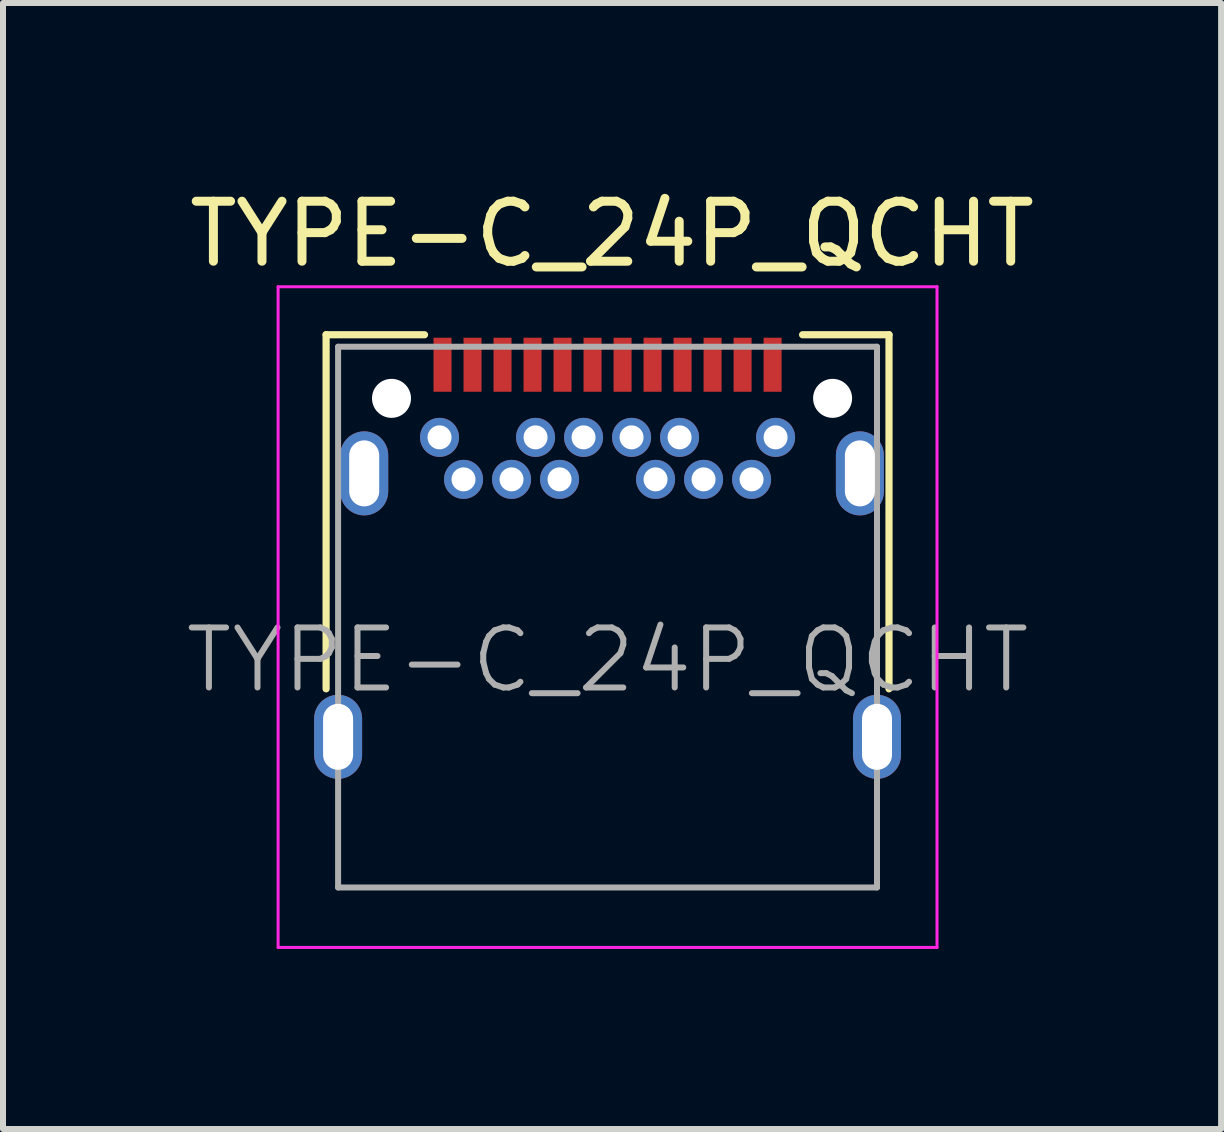
<source format=kicad_pcb>
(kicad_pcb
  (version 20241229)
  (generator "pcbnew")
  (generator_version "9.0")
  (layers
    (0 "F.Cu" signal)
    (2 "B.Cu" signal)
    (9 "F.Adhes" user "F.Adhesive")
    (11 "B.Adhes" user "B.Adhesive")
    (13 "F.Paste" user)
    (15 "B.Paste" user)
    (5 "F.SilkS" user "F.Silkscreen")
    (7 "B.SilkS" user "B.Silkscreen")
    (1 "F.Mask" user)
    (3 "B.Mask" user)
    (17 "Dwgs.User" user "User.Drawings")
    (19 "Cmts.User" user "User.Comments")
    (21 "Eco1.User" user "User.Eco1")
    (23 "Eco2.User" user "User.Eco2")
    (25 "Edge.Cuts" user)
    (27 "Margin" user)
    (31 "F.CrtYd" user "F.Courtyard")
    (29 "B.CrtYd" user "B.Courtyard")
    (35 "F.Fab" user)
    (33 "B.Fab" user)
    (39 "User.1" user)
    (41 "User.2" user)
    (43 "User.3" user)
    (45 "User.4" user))
  (footprint "TYPE-C_24P_QCHT"
    (layer "F.Cu")
    (at 7.074 11.048)
    (property "Reference" "TYPE-C_24P_QCHT" (at 0.075 -10.2 180) (layer "F.SilkS") (effects (font (size 1 1) (thickness 0.15))))
    (attr smd)
    (fp_line (start -4.69 -8.52) (end -4.69 -2.62) (stroke (width 0.12) (type solid)) (layer "F.SilkS"))
    (fp_line (start -4.69 -8.52) (end -3.05 -8.52) (stroke (width 0.12) (type solid)) (layer "F.SilkS"))
    (fp_line (start 3.25 -8.52) (end 4.69 -8.52) (stroke (width 0.12) (type solid)) (layer "F.SilkS"))
    (fp_line (start 4.69 -8.52) (end 4.69 -2.62) (stroke (width 0.12) (type solid)) (layer "F.SilkS"))
    (fp_line (start -5.49 -9.32) (end 5.49 -9.32) (stroke (width 0.05) (type solid)) (layer "F.CrtYd"))
    (fp_line (start -5.49 1.69) (end -5.49 -9.32) (stroke (width 0.05) (type solid)) (layer "F.CrtYd"))
    (fp_line (start 5.49 -9.32) (end 5.49 1.69) (stroke (width 0.05) (type solid)) (layer "F.CrtYd"))
    (fp_line (start 5.49 1.69) (end -5.49 1.69) (stroke (width 0.05) (type solid)) (layer "F.CrtYd"))
    (fp_line (start -4.49 -8.32) (end 4.49 -8.32) (stroke (width 0.1) (type solid)) (layer "F.Fab"))
    (fp_line (start -4.49 0.69) (end -4.49 -8.32) (stroke (width 0.1) (type solid)) (layer "F.Fab"))
    (fp_line (start -4.49 0.69) (end 4.49 0.69) (stroke (width 0.1) (type solid)) (layer "F.Fab"))
    (fp_line (start 4.49 0.69) (end 4.49 -8.32) (stroke (width 0.1) (type solid)) (layer "F.Fab"))
    (fp_text user "${REFERENCE}" (at 0 -3.1 180) (layer "F.Fab") (effects (font (size 1 1) (thickness 0.1))))
    (pad "" np_thru_hole circle (at -3.6 -7.46) (size 0.65 0.65) (drill 0.65) (layers "*.Cu" "*.Mask"))
    (pad "" np_thru_hole circle (at 3.75 -7.46) (size 0.65 0.65) (drill 0.65) (layers "*.Cu" "*.Mask"))
    (pad "A1" smd rect (at -2.75 -8.02) (size 0.3 0.9) (layers "F.Cu" "F.Mask" "F.Paste"))
    (pad "A2" smd rect (at -2.25 -8.02) (size 0.3 0.9) (layers "F.Cu" "F.Mask" "F.Paste"))
    (pad "A3" smd rect (at -1.75 -8.02) (size 0.3 0.9) (layers "F.Cu" "F.Mask" "F.Paste"))
    (pad "A4" smd rect (at -1.25 -8.02) (size 0.3 0.9) (layers "F.Cu" "F.Mask" "F.Paste"))
    (pad "A5" smd rect (at -0.75 -8.02) (size 0.3 0.9) (layers "F.Cu" "F.Mask" "F.Paste"))
    (pad "A6" smd rect (at -0.25 -8.02) (size 0.3 0.9) (layers "F.Cu" "F.Mask" "F.Paste"))
    (pad "A7" smd rect (at 0.25 -8.02) (size 0.3 0.9) (layers "F.Cu" "F.Mask" "F.Paste"))
    (pad "A8" smd rect (at 0.75 -8.02) (size 0.3 0.9) (layers "F.Cu" "F.Mask" "F.Paste"))
    (pad "A9" smd rect (at 1.25 -8.02) (size 0.3 0.9) (layers "F.Cu" "F.Mask" "F.Paste"))
    (pad "A10" smd rect (at 1.75 -8.02) (size 0.3 0.9) (layers "F.Cu" "F.Mask" "F.Paste"))
    (pad "A11" smd rect (at 2.25 -8.02) (size 0.3 0.9) (layers "F.Cu" "F.Mask" "F.Paste"))
    (pad "A12" smd rect (at 2.75 -8.02) (size 0.3 0.9) (layers "F.Cu" "F.Mask" "F.Paste"))
    (pad "B1" thru_hole circle (at 2.8 -6.81) (size 0.65 0.65) (drill 0.4) (layers "*.Cu" "*.Mask"))
    (pad "B2" thru_hole circle (at 2.4 -6.11) (size 0.65 0.65) (drill 0.4) (layers "*.Cu" "*.Mask"))
    (pad "B3" thru_hole circle (at 1.6 -6.11) (size 0.65 0.65) (drill 0.4) (layers "*.Cu" "*.Mask"))
    (pad "B4" thru_hole circle (at 1.2 -6.81) (size 0.65 0.65) (drill 0.4) (layers "*.Cu" "*.Mask"))
    (pad "B5" thru_hole circle (at 0.8 -6.11) (size 0.65 0.65) (drill 0.4) (layers "*.Cu" "*.Mask"))
    (pad "B6" thru_hole circle (at 0.4 -6.81) (size 0.65 0.65) (drill 0.4) (layers "*.Cu" "*.Mask"))
    (pad "B7" thru_hole circle (at -0.4 -6.81) (size 0.65 0.65) (drill 0.4) (layers "*.Cu" "*.Mask"))
    (pad "B8" thru_hole circle (at -0.8 -6.11) (size 0.65 0.65) (drill 0.4) (layers "*.Cu" "*.Mask"))
    (pad "B9" thru_hole circle (at -1.2 -6.81) (size 0.65 0.65) (drill 0.4) (layers "*.Cu" "*.Mask"))
    (pad "B10" thru_hole circle (at -1.6 -6.11) (size 0.65 0.65) (drill 0.4) (layers "*.Cu" "*.Mask"))
    (pad "B11" thru_hole circle (at -2.4 -6.11) (size 0.65 0.65) (drill 0.4) (layers "*.Cu" "*.Mask"))
    (pad "B12" thru_hole circle (at -2.8 -6.81) (size 0.65 0.65) (drill 0.4) (layers "*.Cu" "*.Mask"))
    (pad "S1" thru_hole oval (at -4.49 -1.82) (size 0.8 1.4) (drill oval 0.5 1.1) (layers "*.Cu" "*.Mask"))
    (pad "S1" thru_hole oval (at -4.055 -6.21) (size 0.8 1.4) (drill oval 0.5 1.1) (layers "*.Cu" "*.Mask"))
    (pad "S1" thru_hole oval (at 4.205 -6.21) (size 0.8 1.4) (drill oval 0.5 1.1) (layers "*.Cu" "*.Mask"))
    (pad "S1" thru_hole oval (at 4.49 -1.82) (size 0.8 1.4) (drill oval 0.5 1.1) (layers "*.Cu" "*.Mask")))
  (gr_rect
    (start -3 -3)
    (end 17.298 15.763)
    (stroke (width 0.1) (type default))
    (fill no)
    (layer "Edge.Cuts")))
</source>
